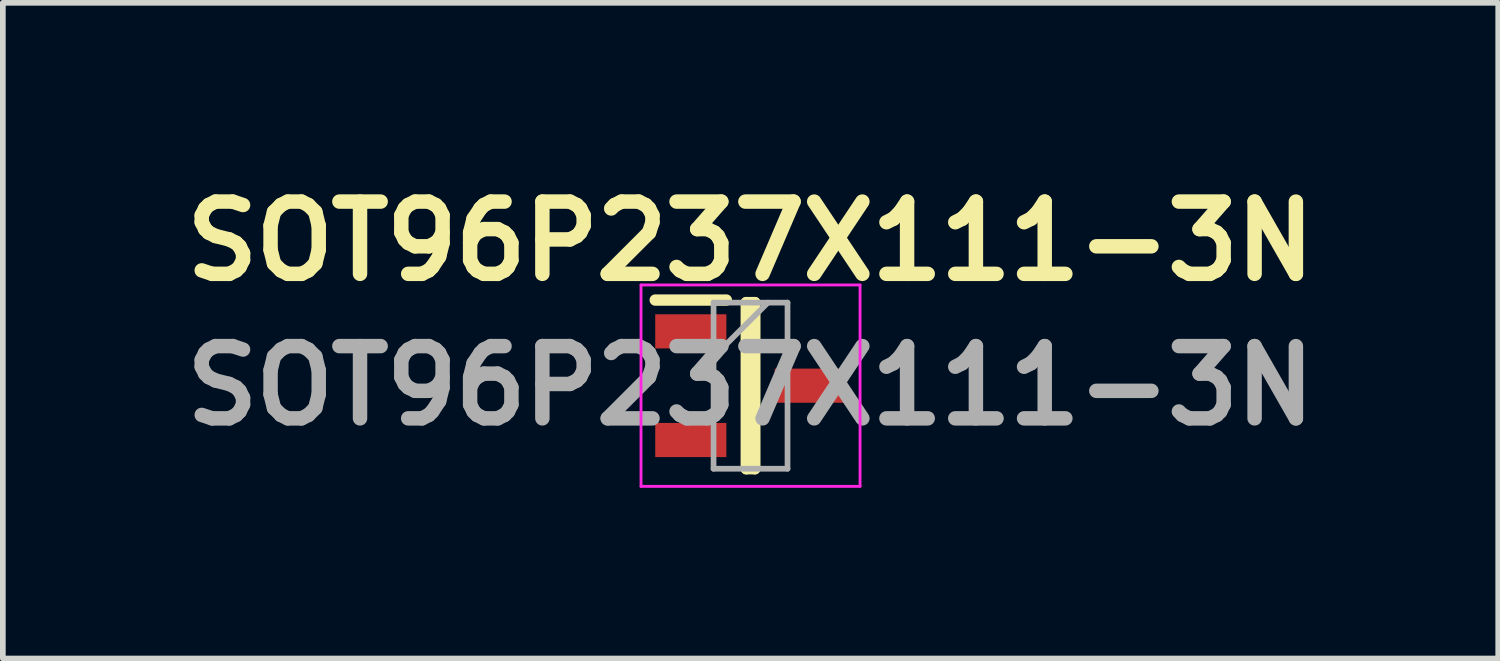
<source format=kicad_pcb>
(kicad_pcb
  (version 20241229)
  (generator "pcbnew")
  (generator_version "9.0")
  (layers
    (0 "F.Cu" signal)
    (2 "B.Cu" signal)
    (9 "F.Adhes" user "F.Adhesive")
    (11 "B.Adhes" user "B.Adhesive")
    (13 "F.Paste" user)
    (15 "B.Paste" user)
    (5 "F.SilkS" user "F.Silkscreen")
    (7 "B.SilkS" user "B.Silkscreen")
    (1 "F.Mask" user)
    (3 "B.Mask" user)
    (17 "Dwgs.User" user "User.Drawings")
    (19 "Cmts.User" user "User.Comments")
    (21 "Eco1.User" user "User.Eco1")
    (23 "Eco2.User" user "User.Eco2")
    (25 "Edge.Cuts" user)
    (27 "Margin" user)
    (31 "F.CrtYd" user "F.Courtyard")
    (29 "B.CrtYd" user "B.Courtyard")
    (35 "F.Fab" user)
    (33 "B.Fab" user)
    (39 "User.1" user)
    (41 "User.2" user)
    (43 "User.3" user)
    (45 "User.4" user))
  (footprint "SOT96P237X111-3N"
    (layer "F.Cu")
    (at 10.142 3.729)
    (property "Reference" "SOT96P237X111-3N" (at 0 -2.54 0) (layer "F.SilkS") (effects (font (size 1.27 1.27) (thickness 0.254))))
    (attr smd)
    (fp_line (start -1.675 -1.505) (end -0.425 -1.505) (stroke (width 0.2) (type solid)) (layer "F.SilkS"))
    (fp_line (start -0.075 -1.46) (end 0.075 -1.46) (stroke (width 0.2) (type solid)) (layer "F.SilkS"))
    (fp_line (start -0.075 1.46) (end -0.075 -1.46) (stroke (width 0.2) (type solid)) (layer "F.SilkS"))
    (fp_line (start 0.075 -1.46) (end 0.075 1.46) (stroke (width 0.2) (type solid)) (layer "F.SilkS"))
    (fp_line (start 0.075 1.46) (end -0.075 1.46) (stroke (width 0.2) (type solid)) (layer "F.SilkS"))
    (fp_line (start -1.925 -1.77) (end 1.925 -1.77) (stroke (width 0.05) (type solid)) (layer "F.CrtYd"))
    (fp_line (start -1.925 1.77) (end -1.925 -1.77) (stroke (width 0.05) (type solid)) (layer "F.CrtYd"))
    (fp_line (start 1.925 -1.77) (end 1.925 1.77) (stroke (width 0.05) (type solid)) (layer "F.CrtYd"))
    (fp_line (start 1.925 1.77) (end -1.925 1.77) (stroke (width 0.05) (type solid)) (layer "F.CrtYd"))
    (fp_line (start -0.65 -1.46) (end 0.65 -1.46) (stroke (width 0.1) (type solid)) (layer "F.Fab"))
    (fp_line (start -0.65 -0.505) (end 0.305 -1.46) (stroke (width 0.1) (type solid)) (layer "F.Fab"))
    (fp_line (start -0.65 1.46) (end -0.65 -1.46) (stroke (width 0.1) (type solid)) (layer "F.Fab"))
    (fp_line (start 0.65 -1.46) (end 0.65 1.46) (stroke (width 0.1) (type solid)) (layer "F.Fab"))
    (fp_line (start 0.65 1.46) (end -0.65 1.46) (stroke (width 0.1) (type solid)) (layer "F.Fab"))
    (fp_text user "${REFERENCE}" (at 0 0 0) (layer "F.Fab") (effects (font (size 1.27 1.27) (thickness 0.254))))
    (pad "1" smd rect (at -1.05 -0.955 90) (size 0.6 1.25) (layers "F.Cu" "F.Mask" "F.Paste"))
    (pad "2" smd rect (at -1.05 0.955 90) (size 0.6 1.25) (layers "F.Cu" "F.Mask" "F.Paste"))
    (pad "3" smd rect (at 1.05 0 90) (size 0.6 1.25) (layers "F.Cu" "F.Mask" "F.Paste")))
  (gr_rect
    (start -3 -3)
    (end 23.284 8.524)
    (stroke (width 0.1) (type default))
    (fill no)
    (layer "Edge.Cuts")))
</source>
